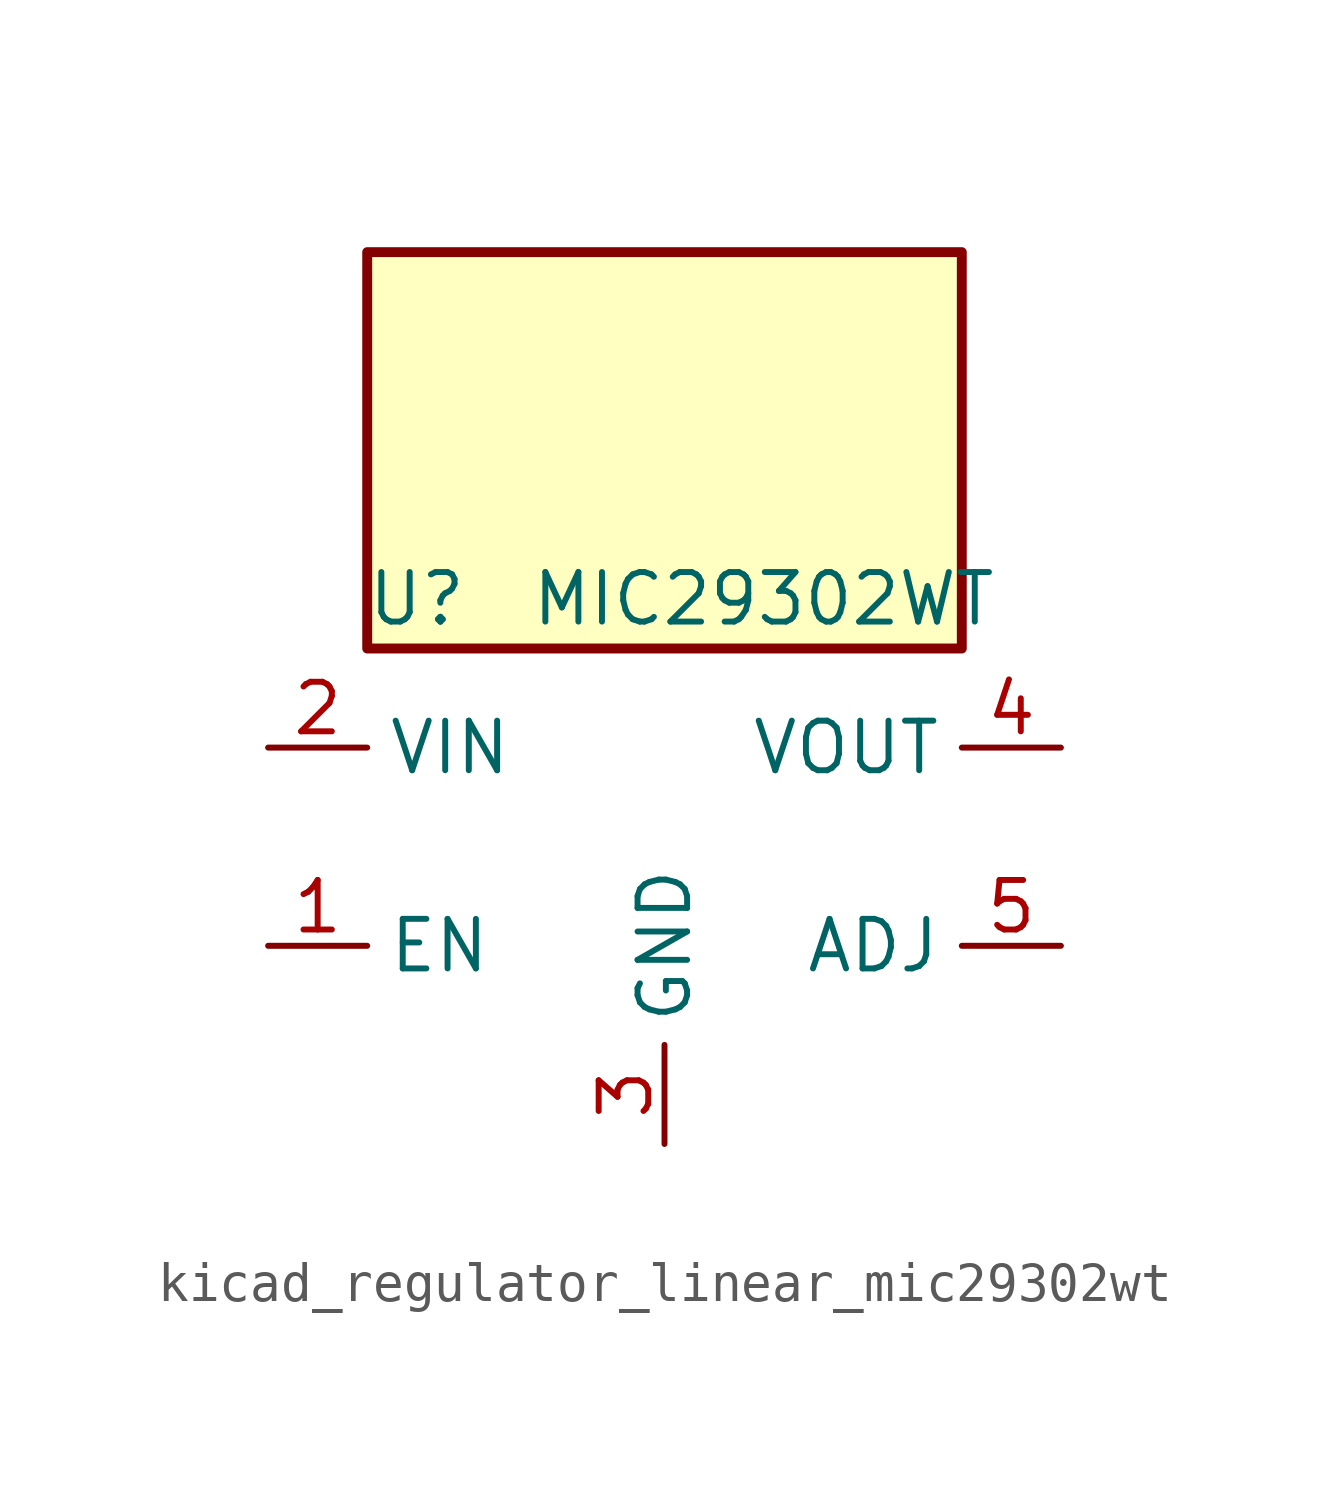
<source format=kicad_sym>
(kicad_symbol_lib
  (version 20220914)
  (generator kicad_symbol_editor)
  (symbol "kicad_regulator_linear_mic29302wt"
    (property "Reference" "U"
      (at -6.35 6.35 0)
      (effects (font (size 1.27 1.27))))
    (property "Value" "MIC29302WT"
      (at 2.54 6.35 0)
      (effects (font (size 1.27 1.27))))
    (symbol "kicad_regulator_linear_mic29302wt_1_1"
      (rectangle (start 7.62 15.24) (end -7.62 5.08) (stroke (width 0.254) (type default)) (fill (type background)))
      (pin input line (at -10.16 -2.54 0) (length 2.54) (name "EN" (effects (font (size 1.27 1.27)))) (number "1" (effects (font (size 1.27 1.27)))))
      (pin power_in line (at -10.16 2.54 0) (length 2.54) (name "VIN" (effects (font (size 1.27 1.27)))) (number "2" (effects (font (size 1.27 1.27)))))
      (pin power_in line (at 0 -7.62 90) (length 2.54) (name "GND" (effects (font (size 1.27 1.27)))) (number "3" (effects (font (size 1.27 1.27)))))
      (pin power_out line (at 10.16 2.54 180) (length 2.54) (name "VOUT" (effects (font (size 1.27 1.27)))) (number "4" (effects (font (size 1.27 1.27)))))
      (pin input line (at 10.16 -2.54 180) (length 2.54) (name "ADJ" (effects (font (size 1.27 1.27)))) (number "5" (effects (font (size 1.27 1.27))))))))
</source>
